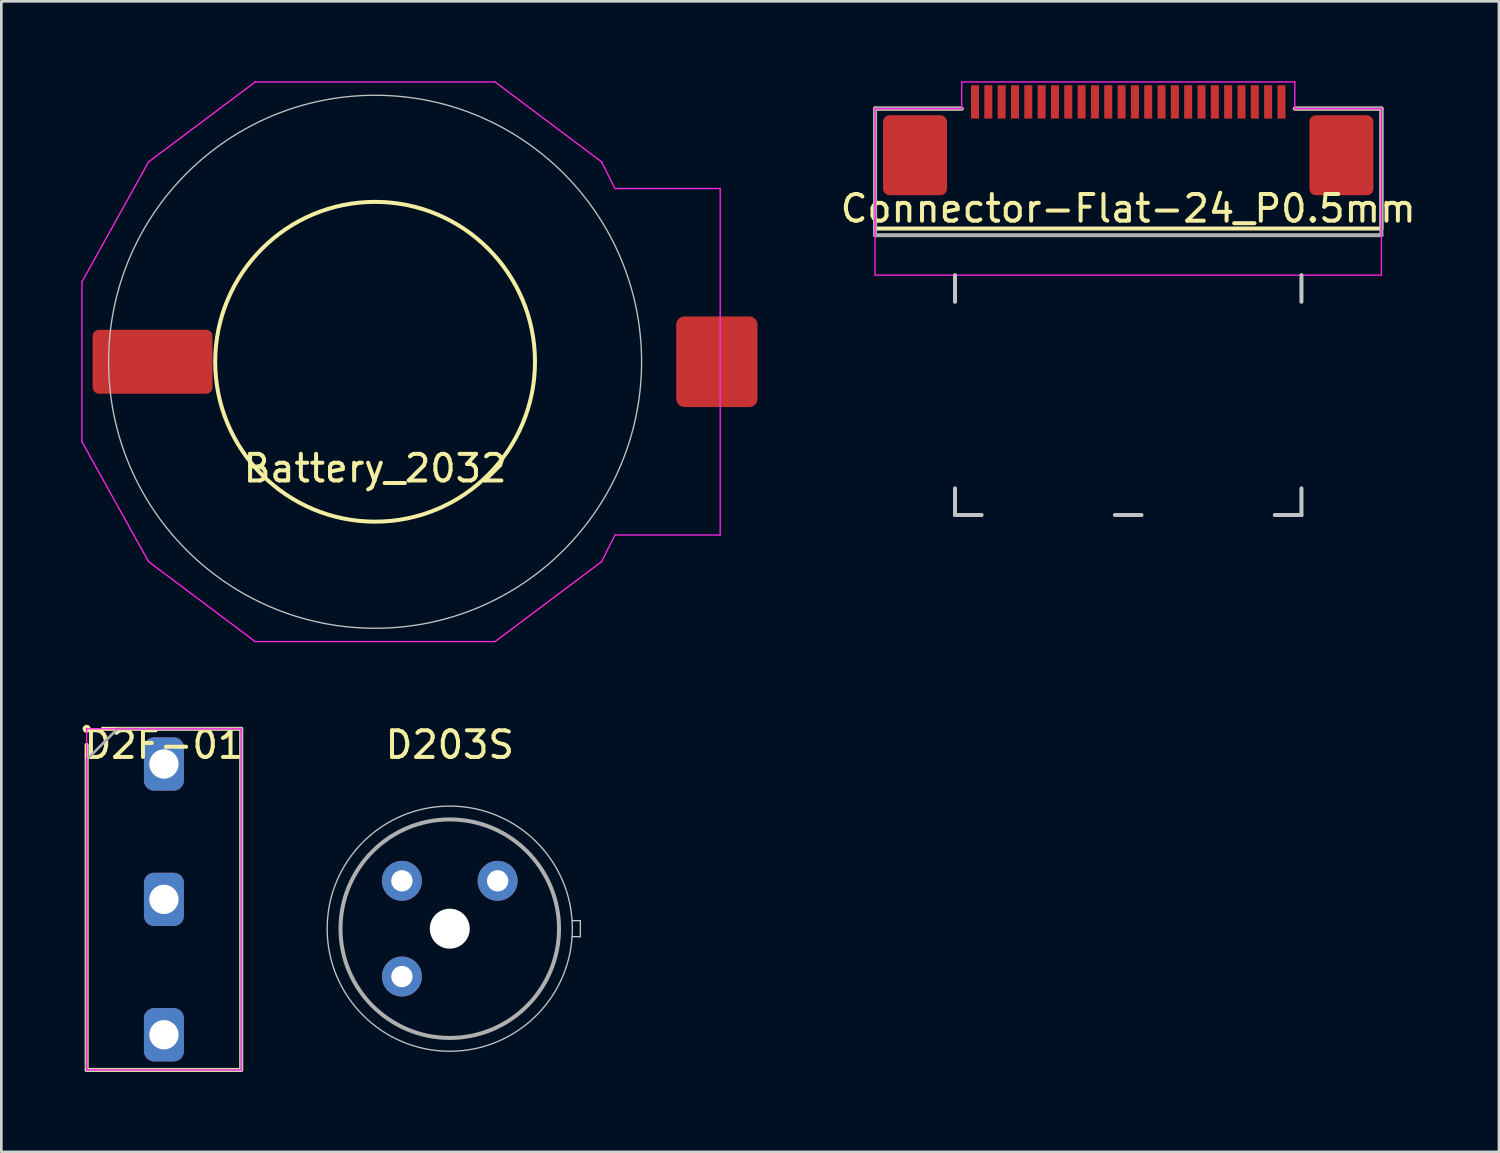
<source format=kicad_pcb>
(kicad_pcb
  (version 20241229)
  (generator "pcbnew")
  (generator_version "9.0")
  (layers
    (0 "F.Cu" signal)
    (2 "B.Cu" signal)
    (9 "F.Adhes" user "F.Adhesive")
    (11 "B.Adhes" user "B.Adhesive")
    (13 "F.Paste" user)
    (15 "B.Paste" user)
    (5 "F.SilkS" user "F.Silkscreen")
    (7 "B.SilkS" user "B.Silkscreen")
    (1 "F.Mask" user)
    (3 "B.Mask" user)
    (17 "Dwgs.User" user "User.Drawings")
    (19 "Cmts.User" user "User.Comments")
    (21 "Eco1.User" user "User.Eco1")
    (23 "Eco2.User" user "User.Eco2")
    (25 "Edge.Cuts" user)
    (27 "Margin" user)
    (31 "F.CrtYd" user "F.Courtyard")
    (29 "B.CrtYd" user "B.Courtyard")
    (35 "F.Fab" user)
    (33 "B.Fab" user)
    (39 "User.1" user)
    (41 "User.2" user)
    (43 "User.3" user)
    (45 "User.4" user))
  (footprint "Connector-Flat-24_P0.5mm"
    (layer "F.Cu")
    (at 39.286 7.275)
    (property "Reference" "Connector-Flat-24_P0.5mm" (at 0 -2.5 0) (layer "F.SilkS") (effects (font (size 1 1) (thickness 0.15))))
    (attr through_hole)
    (fp_line (start -9.5 -6.25) (end -9.5 -1.75) (stroke (width 0.15) (type solid)) (layer "F.SilkS"))
    (fp_line (start -9.5 -1.75) (end 9.5 -1.75) (stroke (width 0.15) (type solid)) (layer "F.SilkS"))
    (fp_line (start -6.25 -6.25) (end -9.5 -6.25) (stroke (width 0.15) (type solid)) (layer "F.SilkS"))
    (fp_line (start 9.5 -6.25) (end 6.25 -6.25) (stroke (width 0.15) (type solid)) (layer "F.SilkS"))
    (fp_line (start 9.5 -1.75) (end 9.5 -6.25) (stroke (width 0.15) (type solid)) (layer "F.SilkS"))
    (fp_line (start -6.5 1) (end -6.5 0) (stroke (width 0.15) (type solid)) (layer "Dwgs.User"))
    (fp_line (start -6.5 9) (end -6.5 8) (stroke (width 0.15) (type solid)) (layer "Dwgs.User"))
    (fp_line (start -6.5 9) (end -5.5 9) (stroke (width 0.15) (type solid)) (layer "Dwgs.User"))
    (fp_line (start -0.5 9) (end 0.5 9) (stroke (width 0.15) (type solid)) (layer "Dwgs.User"))
    (fp_line (start 6.5 1) (end 6.5 0) (stroke (width 0.15) (type solid)) (layer "Dwgs.User"))
    (fp_line (start 6.5 9) (end 5.5 9) (stroke (width 0.15) (type solid)) (layer "Dwgs.User"))
    (fp_line (start 6.5 9) (end 6.5 8) (stroke (width 0.15) (type solid)) (layer "Dwgs.User"))
    (fp_line (start -9.5 -6.25) (end -6.25 -6.25) (stroke (width 0.05) (type solid)) (layer "F.CrtYd"))
    (fp_line (start -9.5 0) (end -9.5 -6.25) (stroke (width 0.05) (type solid)) (layer "F.CrtYd"))
    (fp_line (start -6.25 -7.25) (end 6.25 -7.25) (stroke (width 0.05) (type solid)) (layer "F.CrtYd"))
    (fp_line (start -6.25 -6.25) (end -6.25 -7.25) (stroke (width 0.05) (type solid)) (layer "F.CrtYd"))
    (fp_line (start 6.25 -7.25) (end 6.25 -6.25) (stroke (width 0.05) (type solid)) (layer "F.CrtYd"))
    (fp_line (start 6.25 -6.25) (end 9.5 -6.25) (stroke (width 0.05) (type solid)) (layer "F.CrtYd"))
    (fp_line (start 9.5 -6.25) (end 9.5 0) (stroke (width 0.05) (type solid)) (layer "F.CrtYd"))
    (fp_line (start 9.5 0) (end -9.5 0) (stroke (width 0.05) (type solid)) (layer "F.CrtYd"))
    (fp_line (start -9.5 -6.25) (end -9.5 -1.5) (stroke (width 0.15) (type solid)) (layer "F.Fab"))
    (fp_line (start -9.5 -1.5) (end 9.5 -1.5) (stroke (width 0.15) (type solid)) (layer "F.Fab"))
    (fp_line (start -6.25 -6.25) (end -9.5 -6.25) (stroke (width 0.15) (type solid)) (layer "F.Fab"))
    (fp_line (start 9.5 -6.25) (end 6.25 -6.25) (stroke (width 0.15) (type solid)) (layer "F.Fab"))
    (fp_line (start 9.5 -1.5) (end 9.5 -6.25) (stroke (width 0.15) (type solid)) (layer "F.Fab"))
    (pad "1" smd rect (at -5.75 -6.5 90) (size 1.25 0.3) (layers "F.Cu" "F.Mask" "F.Paste"))
    (pad "2" smd rect (at -5.25 -6.5 90) (size 1.25 0.3) (layers "F.Cu" "F.Mask" "F.Paste"))
    (pad "3" smd rect (at -4.75 -6.5 90) (size 1.25 0.3) (layers "F.Cu" "F.Mask" "F.Paste"))
    (pad "4" smd rect (at -4.25 -6.5 90) (size 1.25 0.3) (layers "F.Cu" "F.Mask" "F.Paste"))
    (pad "5" smd rect (at -3.75 -6.5 90) (size 1.25 0.3) (layers "F.Cu" "F.Mask" "F.Paste"))
    (pad "6" smd rect (at -3.25 -6.5 90) (size 1.25 0.3) (layers "F.Cu" "F.Mask" "F.Paste"))
    (pad "7" smd rect (at -2.75 -6.5 90) (size 1.25 0.3) (layers "F.Cu" "F.Mask" "F.Paste"))
    (pad "8" smd rect (at -2.25 -6.5 90) (size 1.25 0.3) (layers "F.Cu" "F.Mask" "F.Paste"))
    (pad "9" smd rect (at -1.75 -6.5 90) (size 1.25 0.3) (layers "F.Cu" "F.Mask" "F.Paste"))
    (pad "10" smd rect (at -1.25 -6.5 90) (size 1.25 0.3) (layers "F.Cu" "F.Mask" "F.Paste"))
    (pad "11" smd rect (at -0.75 -6.5 90) (size 1.25 0.3) (layers "F.Cu" "F.Mask" "F.Paste"))
    (pad "12" smd rect (at -0.25 -6.5 90) (size 1.25 0.3) (layers "F.Cu" "F.Mask" "F.Paste"))
    (pad "13" smd rect (at 0.25 -6.5 90) (size 1.25 0.3) (layers "F.Cu" "F.Mask" "F.Paste"))
    (pad "14" smd rect (at 0.75 -6.5 90) (size 1.25 0.3) (layers "F.Cu" "F.Mask" "F.Paste"))
    (pad "15" smd rect (at 1.25 -6.5 90) (size 1.25 0.3) (layers "F.Cu" "F.Mask" "F.Paste"))
    (pad "16" smd rect (at 1.75 -6.5 90) (size 1.25 0.3) (layers "F.Cu" "F.Mask" "F.Paste"))
    (pad "17" smd rect (at 2.25 -6.5 90) (size 1.25 0.3) (layers "F.Cu" "F.Mask" "F.Paste"))
    (pad "18" smd rect (at 2.75 -6.5 90) (size 1.25 0.3) (layers "F.Cu" "F.Mask" "F.Paste"))
    (pad "19" smd rect (at 3.25 -6.5 90) (size 1.25 0.3) (layers "F.Cu" "F.Mask" "F.Paste"))
    (pad "20" smd rect (at 3.75 -6.5 90) (size 1.25 0.3) (layers "F.Cu" "F.Mask" "F.Paste"))
    (pad "21" smd rect (at 4.25 -6.5 90) (size 1.25 0.3) (layers "F.Cu" "F.Mask" "F.Paste"))
    (pad "22" smd rect (at 4.75 -6.5 90) (size 1.25 0.3) (layers "F.Cu" "F.Mask" "F.Paste"))
    (pad "23" smd rect (at 5.25 -6.5 90) (size 1.25 0.3) (layers "F.Cu" "F.Mask" "F.Paste"))
    (pad "24" smd rect (at 5.75 -6.5 90) (size 1.25 0.3) (layers "F.Cu" "F.Mask" "F.Paste"))
    (pad "25" smd roundrect (at -8 -4.5 90) (size 3 2.4) (layers "F.Cu" "F.Mask" "F.Paste") (roundrect_rratio 0.1))
    (pad "26" smd roundrect (at 8 -4.5 90) (size 3 2.4) (layers "F.Cu" "F.Mask" "F.Paste") (roundrect_rratio 0.1)))
  (footprint "Battery_2032"
    (layer "F.Cu")
    (at 11.025 10.525)
    (property "Reference" "Battery_2032" (at 0 4 0) (layer "F.SilkS") (effects (font (size 1 1) (thickness 0.15))))
    (attr through_hole)
    (fp_circle (center 0 0) (end 6 0) (stroke (width 0.15) (type solid)) (fill no) (layer "F.SilkS"))
    (fp_circle (center 0 0) (end 10 0) (stroke (width 0.05) (type solid)) (fill no) (layer "Dwgs.User"))
    (fp_line (start -11 -3) (end -11 3) (stroke (width 0.05) (type solid)) (layer "F.CrtYd"))
    (fp_line (start -11 3) (end -8.5 7.5) (stroke (width 0.05) (type solid)) (layer "F.CrtYd"))
    (fp_line (start -8.5 -7.5) (end -11 -3) (stroke (width 0.05) (type solid)) (layer "F.CrtYd"))
    (fp_line (start -8.5 7.5) (end -4.5 10.5) (stroke (width 0.05) (type solid)) (layer "F.CrtYd"))
    (fp_line (start -4.5 -10.5) (end -8.5 -7.5) (stroke (width 0.05) (type solid)) (layer "F.CrtYd"))
    (fp_line (start -4.5 10.5) (end 4.5 10.5) (stroke (width 0.05) (type solid)) (layer "F.CrtYd"))
    (fp_line (start 4.5 -10.5) (end -4.5 -10.5) (stroke (width 0.05) (type solid)) (layer "F.CrtYd"))
    (fp_line (start 4.5 10.5) (end 8.5 7.5) (stroke (width 0.05) (type solid)) (layer "F.CrtYd"))
    (fp_line (start 8.5 -7.5) (end 4.5 -10.5) (stroke (width 0.05) (type solid)) (layer "F.CrtYd"))
    (fp_line (start 8.5 7.5) (end 9 6.5) (stroke (width 0.05) (type solid)) (layer "F.CrtYd"))
    (fp_line (start 9 -6.5) (end 8.5 -7.5) (stroke (width 0.05) (type solid)) (layer "F.CrtYd"))
    (fp_line (start 9 -6.5) (end 12.95 -6.5) (stroke (width 0.05) (type solid)) (layer "F.CrtYd"))
    (fp_line (start 12.95 -6.5) (end 12.95 6.5) (stroke (width 0.05) (type solid)) (layer "F.CrtYd"))
    (fp_line (start 12.95 6.5) (end 9 6.5) (stroke (width 0.05) (type solid)) (layer "F.CrtYd"))
    (pad "1" smd roundrect (at 12.825 0) (size 3.05 3.4) (layers "F.Cu" "F.Mask" "F.Paste") (roundrect_rratio 0.1))
    (pad "2" smd roundrect (at -8.35 0) (size 4.5 2.4) (layers "F.Cu" "F.Mask" "F.Paste") (roundrect_rratio 0.1)))
  (footprint "D203S"
    (layer "F.Cu")
    (at 13.827 31.798)
    (property "Reference" "D203S" (at 0 -6.9 0) (layer "F.SilkS") (effects (font (size 1 1) (thickness 0.15))))
    (attr through_hole)
    (fp_line (start 4.6 -0.3) (end 4.9 -0.3) (stroke (width 0.05) (type solid)) (layer "Dwgs.User"))
    (fp_line (start 4.9 -0.3) (end 4.9 0.3) (stroke (width 0.05) (type solid)) (layer "Dwgs.User"))
    (fp_line (start 4.9 0.3) (end 4.6 0.3) (stroke (width 0.05) (type solid)) (layer "Dwgs.User"))
    (fp_circle (center 0 0) (end 4.6 0) (stroke (width 0.05) (type solid)) (fill no) (layer "Dwgs.User"))
    (fp_circle (center 0 0) (end 4.1 0) (stroke (width 0.15) (type solid)) (fill no) (layer "F.Fab"))
    (pad "" np_thru_hole circle (at 0 0) (size 1.5 1.5) (drill 1.5) (layers "*.Cu" "*.Mask"))
    (pad "1" thru_hole circle (at 1.796 -1.796) (size 1.5 1.5) (drill 0.8) (layers "*.Cu" "*.Mask"))
    (pad "2" thru_hole circle (at -1.796 -1.796) (size 1.5 1.5) (drill 0.8) (layers "*.Cu" "*.Mask"))
    (pad "3" thru_hole circle (at -1.796 1.796) (size 1.5 1.5) (drill 0.8) (layers "*.Cu" "*.Mask")))
  (footprint "D2F-01"
    (layer "F.Cu")
    (at 3.101 30.698)
    (property "Reference" "D2F-01" (at 0 -5.8 0) (layer "F.SilkS") (effects (font (size 1 1) (thickness 0.15))))
    (attr through_hole)
    (fp_line (start -2.9 -6.4) (end -2.9 -6.4) (stroke (width 0.3) (type solid)) (layer "F.SilkS"))
    (fp_line (start -2.9 6.4) (end -2.9 -5.8) (stroke (width 0.15) (type solid)) (layer "F.SilkS"))
    (fp_line (start -2.3 -6.4) (end 2.9 -6.4) (stroke (width 0.15) (type solid)) (layer "F.SilkS"))
    (fp_line (start 2.9 -6.4) (end 2.9 6.4) (stroke (width 0.15) (type solid)) (layer "F.SilkS"))
    (fp_line (start 2.9 6.4) (end -2.9 6.4) (stroke (width 0.15) (type solid)) (layer "F.SilkS"))
    (fp_line (start -2.9 -6.4) (end 2.9 -6.4) (stroke (width 0.05) (type solid)) (layer "F.CrtYd"))
    (fp_line (start -2.9 6.4) (end -2.9 -6.4) (stroke (width 0.05) (type solid)) (layer "F.CrtYd"))
    (fp_line (start 2.9 -6.4) (end 2.9 6.4) (stroke (width 0.05) (type solid)) (layer "F.CrtYd"))
    (fp_line (start 2.9 6.4) (end -2.9 6.4) (stroke (width 0.05) (type solid)) (layer "F.CrtYd"))
    (fp_line (start -2.9 -5.24) (end -1.74 -6.4) (stroke (width 0.1) (type solid)) (layer "F.Fab"))
    (fp_line (start -2.9 6.4) (end -2.9 -5.24) (stroke (width 0.1) (type solid)) (layer "F.Fab"))
    (fp_line (start -1.74 -6.4) (end 2.9 -6.4) (stroke (width 0.1) (type solid)) (layer "F.Fab"))
    (fp_line (start 2.9 -6.4) (end 2.9 6.4) (stroke (width 0.1) (type solid)) (layer "F.Fab"))
    (fp_line (start 2.9 6.4) (end -2.9 6.4) (stroke (width 0.1) (type solid)) (layer "F.Fab"))
    (pad "1" thru_hole roundrect (at 0 5.08) (size 1.5 2) (drill 1.1) (layers "*.Cu" "*.Mask") (roundrect_rratio 0.25))
    (pad "2" thru_hole roundrect (at 0 -5.08) (size 1.5 2) (drill 1.1) (layers "*.Cu" "*.Mask") (roundrect_rratio 0.25))
    (pad "3" thru_hole roundrect (at 0 0) (size 1.5 2) (drill 1.1) (layers "*.Cu" "*.Mask") (roundrect_rratio 0.25)))
  (gr_rect
    (start -3 -3)
    (end 53.196 40.173)
    (stroke (width 0.1) (type default))
    (fill no)
    (layer "Edge.Cuts")))
</source>
